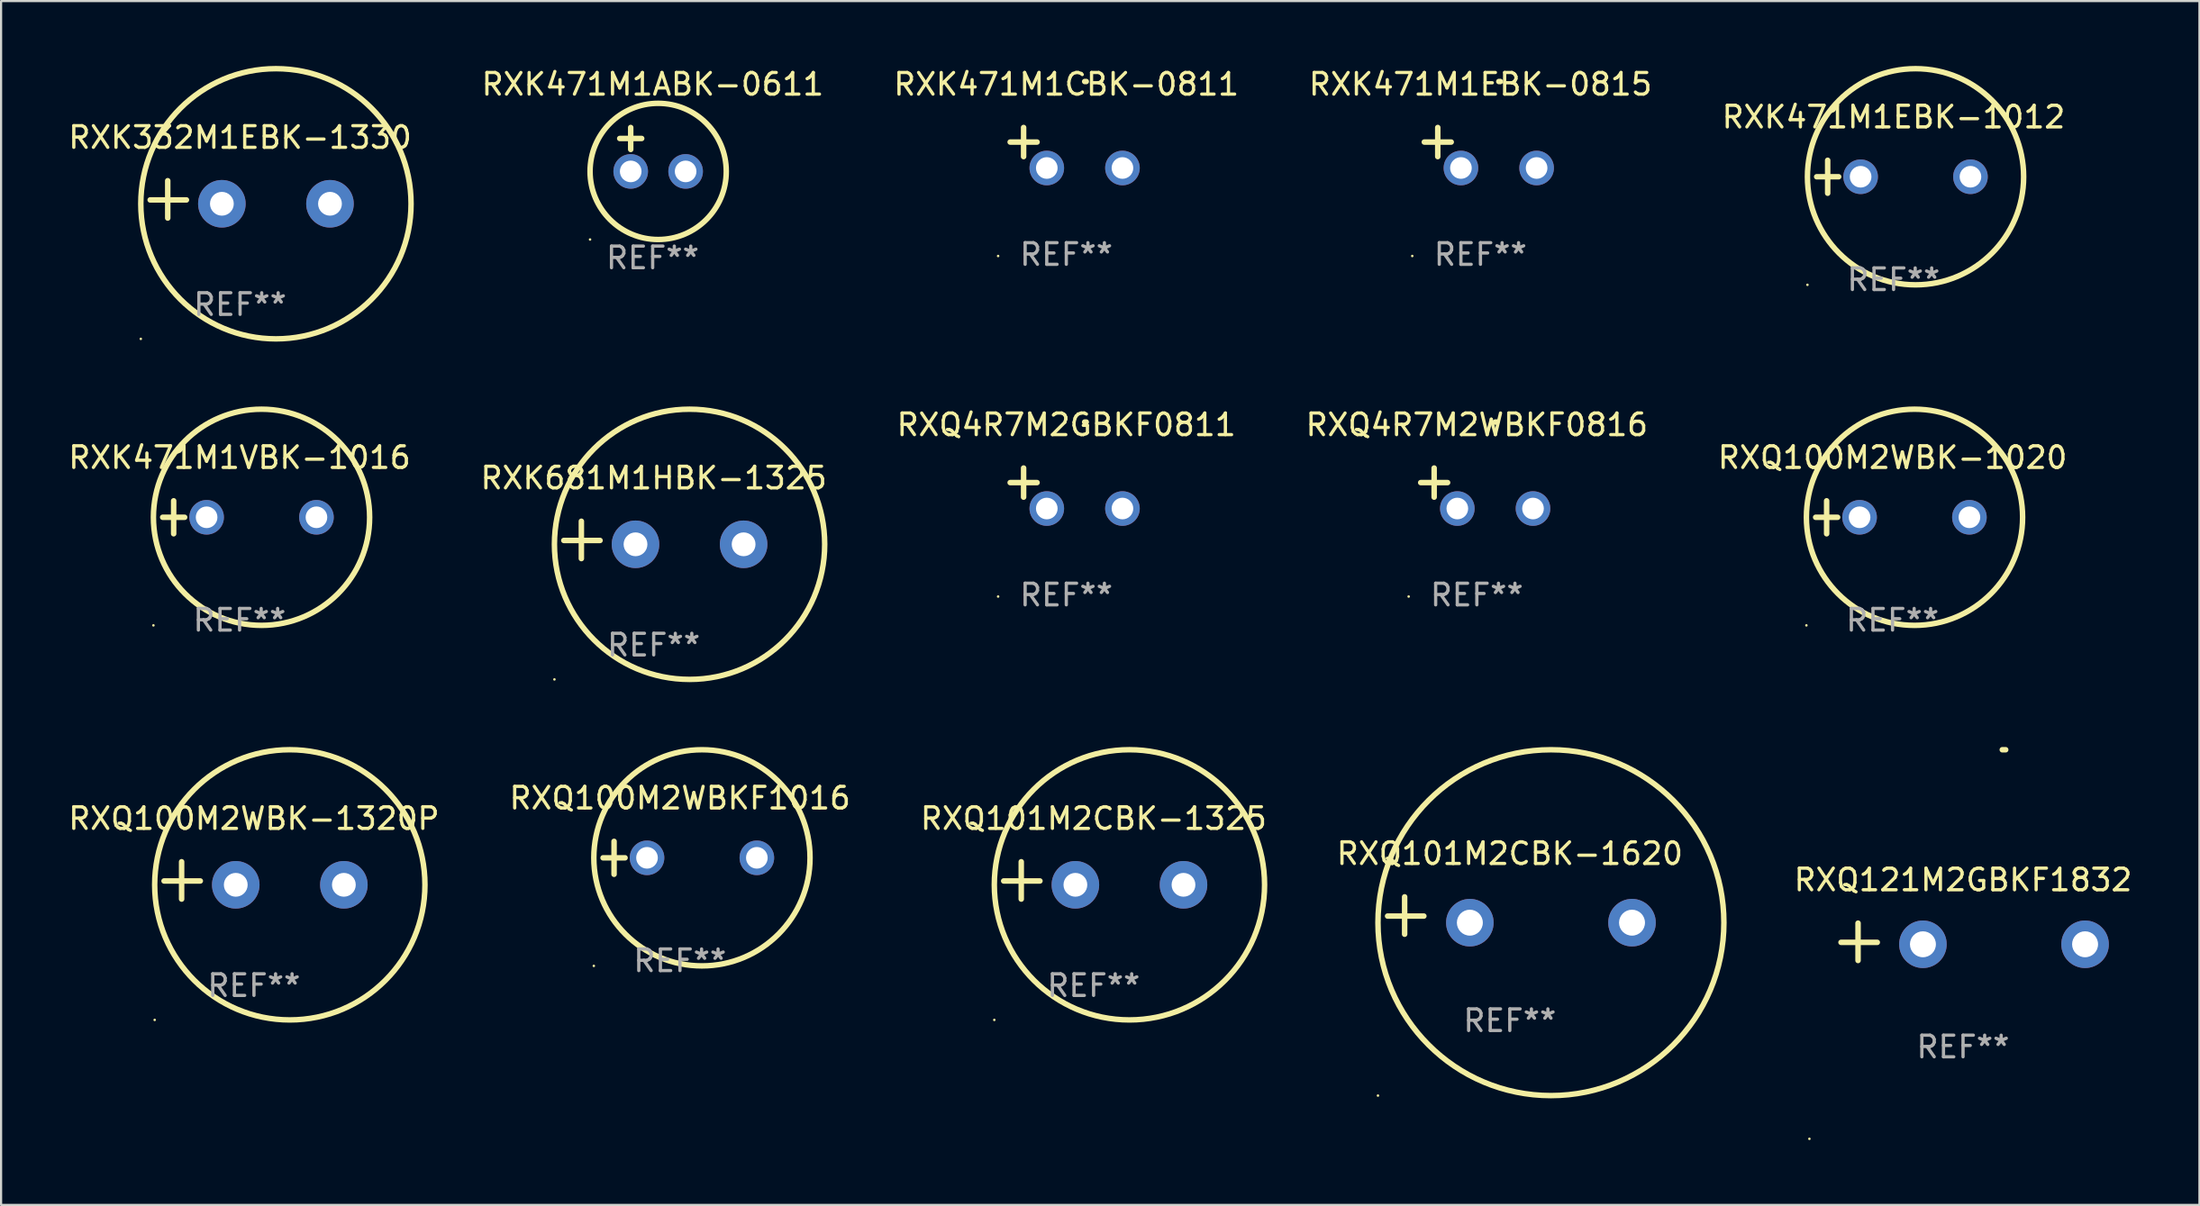
<source format=kicad_pcb>
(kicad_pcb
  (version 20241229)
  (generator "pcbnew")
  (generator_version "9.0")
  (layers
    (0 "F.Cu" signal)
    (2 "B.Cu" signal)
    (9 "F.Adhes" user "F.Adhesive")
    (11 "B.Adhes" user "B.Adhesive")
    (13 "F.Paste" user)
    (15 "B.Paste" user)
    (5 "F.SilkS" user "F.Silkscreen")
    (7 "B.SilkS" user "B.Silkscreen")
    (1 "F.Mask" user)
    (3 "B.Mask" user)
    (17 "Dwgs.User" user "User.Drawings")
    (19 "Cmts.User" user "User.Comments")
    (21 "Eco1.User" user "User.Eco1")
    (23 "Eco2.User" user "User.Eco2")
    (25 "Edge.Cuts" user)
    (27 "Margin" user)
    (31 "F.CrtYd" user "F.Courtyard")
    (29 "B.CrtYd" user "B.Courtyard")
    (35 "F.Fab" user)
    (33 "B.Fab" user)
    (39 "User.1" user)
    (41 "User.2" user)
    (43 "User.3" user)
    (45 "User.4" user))
  (footprint "RXQ4R7M2WBKF0816"
    (layer "F.Cu")
    (at 65.256 19.539)
    (property "Reference" "RXQ4R7M2WBKF0816" (at 0 -2.937 0) (layer "F.SilkS") (effects (font (size 1 1) (thickness 0.15))))
    (attr through_hole)
    (fp_line (start -1.975 0.41) (end -1.975 -0.937) (stroke (width 0.254) (type solid)) (layer "F.SilkS"))
    (fp_line (start -1.353 -0.263) (end -2.597 -0.263) (stroke (width 0.254) (type solid)) (layer "F.SilkS"))
    (fp_arc (start 0.849809 -3.063957) (mid 0.885369 -3.064114) (end 0.920929 -3.063957) (stroke (width 0.254001) (type solid)) (layer "F.SilkS"))
    (fp_circle (center -3.154 5.008) (end -3.124 5.008) (stroke (width 0.06) (type solid)) (fill no) (layer "F.SilkS"))
    (fp_text user "REF**" (at 0 4.937 0) (layer "F.Fab") (effects (font (size 1 1) (thickness 0.15))))
    (pad "1" thru_hole circle (at -0.903 0.937) (size 1.6 1.6) (drill 1) (layers "*.Cu" "*.Mask"))
    (pad "2" thru_hole circle (at 2.597 0.937) (size 1.6 1.6) (drill 1) (layers "*.Cu" "*.Mask")))
  (footprint "RXQ101M2CBK-1620"
    (layer "F.Cu")
    (at 66.78 39.305)
    (property "Reference" "RXQ101M2CBK-1620" (at 0 -2.864 0) (layer "F.SilkS") (effects (font (size 1 1) (thickness 0.15))))
    (attr through_hole)
    (fp_line (start -4.864 0.864) (end -4.864 -0.864) (stroke (width 0.254) (type solid)) (layer "F.SilkS"))
    (fp_line (start -3.975 0.025) (end -5.652 0.025) (stroke (width 0.254) (type solid)) (layer "F.SilkS"))
    (fp_circle (center -6.098 8.33) (end -6.068 8.33) (stroke (width 0.06) (type solid)) (fill no) (layer "F.SilkS"))
    (fp_circle (center 1.902 0.33) (end 9.902 0.33) (stroke (width 0.254) (type solid)) (fill no) (layer "F.SilkS"))
    (fp_text user "REF**" (at 0 4.864 0) (layer "F.Fab") (effects (font (size 1 1) (thickness 0.15))))
    (pad "1" thru_hole circle (at -1.848 0.33) (size 2.2 2.2) (drill 1.2) (layers "*.Cu" "*.Mask"))
    (pad "2" thru_hole circle (at 5.652 0.33) (size 2.2 2.2) (drill 1.2) (layers "*.Cu" "*.Mask")))
  (footprint "RXQ4R7M2GBKF0811"
    (layer "F.Cu")
    (at 46.268 19.539)
    (property "Reference" "RXQ4R7M2GBKF0811" (at 0 -2.937 0) (layer "F.SilkS") (effects (font (size 1 1) (thickness 0.15))))
    (attr through_hole)
    (fp_line (start -1.975 0.41) (end -1.975 -0.937) (stroke (width 0.254) (type solid)) (layer "F.SilkS"))
    (fp_line (start -1.353 -0.263) (end -2.597 -0.263) (stroke (width 0.254) (type solid)) (layer "F.SilkS"))
    (fp_arc (start 0.849809 -3.063957) (mid 0.885369 -3.064114) (end 0.920929 -3.063957) (stroke (width 0.254001) (type solid)) (layer "F.SilkS"))
    (fp_circle (center -3.154 5.008) (end -3.124 5.008) (stroke (width 0.06) (type solid)) (fill no) (layer "F.SilkS"))
    (fp_text user "REF**" (at 0 4.937 0) (layer "F.Fab") (effects (font (size 1 1) (thickness 0.15))))
    (pad "1" thru_hole circle (at -0.903 0.937) (size 1.6 1.6) (drill 1) (layers "*.Cu" "*.Mask"))
    (pad "2" thru_hole circle (at 2.597 0.937) (size 1.6 1.6) (drill 1) (layers "*.Cu" "*.Mask")))
  (footprint "RXQ121M2GBKF1832"
    (layer "F.Cu")
    (at 87.743 40.521)
    (property "Reference" "RXQ121M2GBKF1832" (at 0 -2.864 0) (layer "F.SilkS") (effects (font (size 1 1) (thickness 0.15))))
    (attr through_hole)
    (fp_line (start -4.856 0.864) (end -4.856 -0.864) (stroke (width 0.254) (type solid)) (layer "F.SilkS"))
    (fp_line (start -3.967 0.025) (end -5.644 0.025) (stroke (width 0.254) (type solid)) (layer "F.SilkS"))
    (fp_arc (start 1.815024 -8.885649) (mid 1.893764 -8.88599) (end 1.972504 -8.885649) (stroke (width 0.254001) (type solid)) (layer "F.SilkS"))
    (fp_circle (center -7.106 9.114) (end -7.076 9.114) (stroke (width 0.06) (type solid)) (fill no) (layer "F.SilkS"))
    (fp_text user "REF**" (at 0 4.864 0) (layer "F.Fab") (effects (font (size 1 1) (thickness 0.15))))
    (pad "1" thru_hole circle (at -1.856 0.114) (size 2.2 2.2) (drill 1.2) (layers "*.Cu" "*.Mask"))
    (pad "2" thru_hole circle (at 5.644 0.114) (size 2.2 2.2) (drill 1.2) (layers "*.Cu" "*.Mask")))
  (footprint "RXK471M1EBK-1012"
    (layer "F.Cu")
    (at 84.53 5.127)
    (property "Reference" "RXK471M1EBK-1012" (at 0 -2.762 0) (layer "F.SilkS") (effects (font (size 1 1) (thickness 0.15))))
    (attr through_hole)
    (fp_line (start -3.556 0) (end -2.54 0) (stroke (width 0.254) (type solid)) (layer "F.SilkS"))
    (fp_line (start -3.048 -0.762) (end -3.048 0.762) (stroke (width 0.254) (type solid)) (layer "F.SilkS"))
    (fp_circle (center -3.984 5) (end -3.954 5) (stroke (width 0.06) (type solid)) (fill no) (layer "F.SilkS"))
    (fp_circle (center 1.016 0) (end 6.016 0) (stroke (width 0.254) (type solid)) (fill no) (layer "F.SilkS"))
    (fp_text user "REF**" (at 0 4.762 0) (layer "F.Fab") (effects (font (size 1 1) (thickness 0.15))))
    (pad "1" thru_hole circle (at -1.524 0) (size 1.6 1.6) (drill 1) (layers "*.Cu" "*.Mask"))
    (pad "2" thru_hole circle (at 3.556 0) (size 1.6 1.6) (drill 1) (layers "*.Cu" "*.Mask")))
  (footprint "RXQ101M2CBK-1325"
    (layer "F.Cu")
    (at 47.53 37.681)
    (property "Reference" "RXQ101M2CBK-1325" (at 0 -2.864 0) (layer "F.SilkS") (effects (font (size 1 1) (thickness 0.15))))
    (attr through_hole)
    (fp_line (start -3.346 0.864) (end -3.346 -0.864) (stroke (width 0.254) (type solid)) (layer "F.SilkS"))
    (fp_line (start -2.482 0.025) (end -4.158 0.025) (stroke (width 0.254) (type solid)) (layer "F.SilkS"))
    (fp_circle (center -4.592 6.453) (end -4.562 6.453) (stroke (width 0.06) (type solid)) (fill no) (layer "F.SilkS"))
    (fp_circle (center 1.658 0.203) (end 7.908 0.203) (stroke (width 0.254) (type solid)) (fill no) (layer "F.SilkS"))
    (fp_text user "REF**" (at 0 4.864 0) (layer "F.Fab") (effects (font (size 1 1) (thickness 0.15))))
    (pad "1" thru_hole circle (at -0.842 0.203) (size 2.2 2.2) (drill 1.1) (layers "*.Cu" "*.Mask"))
    (pad "2" thru_hole circle (at 4.158 0.203) (size 2.2 2.2) (drill 1.1) (layers "*.Cu" "*.Mask")))
  (footprint "RXQ100M2WBK-1320P"
    (layer "F.Cu")
    (at 8.696 37.681)
    (property "Reference" "RXQ100M2WBK-1320P" (at 0 -2.864 0) (layer "F.SilkS") (effects (font (size 1 1) (thickness 0.15))))
    (attr through_hole)
    (fp_line (start -3.346 0.864) (end -3.346 -0.864) (stroke (width 0.254) (type solid)) (layer "F.SilkS"))
    (fp_line (start -2.482 0.025) (end -4.158 0.025) (stroke (width 0.254) (type solid)) (layer "F.SilkS"))
    (fp_circle (center -4.592 6.453) (end -4.562 6.453) (stroke (width 0.06) (type solid)) (fill no) (layer "F.SilkS"))
    (fp_circle (center 1.658 0.203) (end 7.908 0.203) (stroke (width 0.254) (type solid)) (fill no) (layer "F.SilkS"))
    (fp_text user "REF**" (at 0 4.864 0) (layer "F.Fab") (effects (font (size 1 1) (thickness 0.15))))
    (pad "1" thru_hole circle (at -0.842 0.203) (size 2.2 2.2) (drill 1.1) (layers "*.Cu" "*.Mask"))
    (pad "2" thru_hole circle (at 4.158 0.203) (size 2.2 2.2) (drill 1.1) (layers "*.Cu" "*.Mask")))
  (footprint "RXQ100M2WBKF1016"
    (layer "F.Cu")
    (at 28.399 36.635)
    (property "Reference" "RXQ100M2WBKF1016" (at 0 -2.762 0) (layer "F.SilkS") (effects (font (size 1 1) (thickness 0.15))))
    (attr through_hole)
    (fp_line (start -3.556 0) (end -2.54 0) (stroke (width 0.254) (type solid)) (layer "F.SilkS"))
    (fp_line (start -3.048 -0.762) (end -3.048 0.762) (stroke (width 0.254) (type solid)) (layer "F.SilkS"))
    (fp_circle (center -3.984 5) (end -3.954 5) (stroke (width 0.06) (type solid)) (fill no) (layer "F.SilkS"))
    (fp_circle (center 1.016 0) (end 6.016 0) (stroke (width 0.254) (type solid)) (fill no) (layer "F.SilkS"))
    (fp_text user "REF**" (at 0 4.762 0) (layer "F.Fab") (effects (font (size 1 1) (thickness 0.15))))
    (pad "1" thru_hole circle (at -1.524 0) (size 1.6 1.6) (drill 1) (layers "*.Cu" "*.Mask"))
    (pad "2" thru_hole circle (at 3.556 0) (size 1.6 1.6) (drill 1) (layers "*.Cu" "*.Mask")))
  (footprint "RXK471M1VBK-1016"
    (layer "F.Cu")
    (at 8.03 20.881)
    (property "Reference" "RXK471M1VBK-1016" (at 0 -2.762 0) (layer "F.SilkS") (effects (font (size 1 1) (thickness 0.15))))
    (attr through_hole)
    (fp_line (start -3.556 0) (end -2.54 0) (stroke (width 0.254) (type solid)) (layer "F.SilkS"))
    (fp_line (start -3.048 -0.762) (end -3.048 0.762) (stroke (width 0.254) (type solid)) (layer "F.SilkS"))
    (fp_circle (center -3.984 5) (end -3.954 5) (stroke (width 0.06) (type solid)) (fill no) (layer "F.SilkS"))
    (fp_circle (center 1.016 0) (end 6.016 0) (stroke (width 0.254) (type solid)) (fill no) (layer "F.SilkS"))
    (fp_text user "REF**" (at 0 4.762 0) (layer "F.Fab") (effects (font (size 1 1) (thickness 0.15))))
    (pad "1" thru_hole circle (at -1.524 0) (size 1.6 1.6) (drill 1) (layers "*.Cu" "*.Mask"))
    (pad "2" thru_hole circle (at 3.556 0) (size 1.6 1.6) (drill 1) (layers "*.Cu" "*.Mask")))
  (footprint "RXK681M1HBK-1325"
    (layer "F.Cu")
    (at 27.185 21.928)
    (property "Reference" "RXK681M1HBK-1325" (at 0 -2.864 0) (layer "F.SilkS") (effects (font (size 1 1) (thickness 0.15))))
    (attr through_hole)
    (fp_line (start -3.346 0.864) (end -3.346 -0.864) (stroke (width 0.254) (type solid)) (layer "F.SilkS"))
    (fp_line (start -2.482 0.025) (end -4.158 0.025) (stroke (width 0.254) (type solid)) (layer "F.SilkS"))
    (fp_circle (center -4.592 6.453) (end -4.562 6.453) (stroke (width 0.06) (type solid)) (fill no) (layer "F.SilkS"))
    (fp_circle (center 1.658 0.203) (end 7.908 0.203) (stroke (width 0.254) (type solid)) (fill no) (layer "F.SilkS"))
    (fp_text user "REF**" (at 0 4.864 0) (layer "F.Fab") (effects (font (size 1 1) (thickness 0.15))))
    (pad "1" thru_hole circle (at -0.842 0.203) (size 2.2 2.2) (drill 1.1) (layers "*.Cu" "*.Mask"))
    (pad "2" thru_hole circle (at 4.158 0.203) (size 2.2 2.2) (drill 1.1) (layers "*.Cu" "*.Mask")))
  (footprint "RXK471M1ABK-0611"
    (layer "F.Cu")
    (at 27.137 3.864)
    (property "Reference" "RXK471M1ABK-0611" (at 0 -3.016 0) (layer "F.SilkS") (effects (font (size 1 1) (thickness 0.15))))
    (attr through_hole)
    (fp_line (start -1.524 -0.508) (end -0.508 -0.508) (stroke (width 0.254) (type solid)) (layer "F.SilkS"))
    (fp_line (start -1.016 -1.016) (end -1.016 0) (stroke (width 0.254) (type solid)) (layer "F.SilkS"))
    (fp_circle (center -2.896 4.166) (end -2.866 4.166) (stroke (width 0.06) (type solid)) (fill no) (layer "F.SilkS"))
    (fp_circle (center 0.254 1.016) (end 3.404 1.016) (stroke (width 0.254) (type solid)) (fill no) (layer "F.SilkS"))
    (fp_text user "REF**" (at 0 5.016 0) (layer "F.Fab") (effects (font (size 1 1) (thickness 0.15))))
    (pad "1" thru_hole circle (at -1.016 1.016) (size 1.6 1.6) (drill 1) (layers "*.Cu" "*.Mask"))
    (pad "2" thru_hole circle (at 1.524 1.016) (size 1.6 1.6) (drill 1) (layers "*.Cu" "*.Mask")))
  (footprint "RXK332M1EBK-1330"
    (layer "F.Cu")
    (at 8.054 6.174)
    (property "Reference" "RXK332M1EBK-1330" (at 0 -2.864 0) (layer "F.SilkS") (effects (font (size 1 1) (thickness 0.15))))
    (attr through_hole)
    (fp_line (start -3.346 0.864) (end -3.346 -0.864) (stroke (width 0.254) (type solid)) (layer "F.SilkS"))
    (fp_line (start -2.482 0.025) (end -4.158 0.025) (stroke (width 0.254) (type solid)) (layer "F.SilkS"))
    (fp_circle (center -4.592 6.453) (end -4.562 6.453) (stroke (width 0.06) (type solid)) (fill no) (layer "F.SilkS"))
    (fp_circle (center 1.658 0.203) (end 7.908 0.203) (stroke (width 0.254) (type solid)) (fill no) (layer "F.SilkS"))
    (fp_text user "REF**" (at 0 4.864 0) (layer "F.Fab") (effects (font (size 1 1) (thickness 0.15))))
    (pad "1" thru_hole circle (at -0.842 0.203) (size 2.2 2.2) (drill 1.1) (layers "*.Cu" "*.Mask"))
    (pad "2" thru_hole circle (at 4.158 0.203) (size 2.2 2.2) (drill 1.1) (layers "*.Cu" "*.Mask")))
  (footprint "RXK471M1CBK-0811"
    (layer "F.Cu")
    (at 46.268 3.785)
    (property "Reference" "RXK471M1CBK-0811" (at 0 -2.937 0) (layer "F.SilkS") (effects (font (size 1 1) (thickness 0.15))))
    (attr through_hole)
    (fp_line (start -1.975 0.41) (end -1.975 -0.937) (stroke (width 0.254) (type solid)) (layer "F.SilkS"))
    (fp_line (start -1.353 -0.263) (end -2.597 -0.263) (stroke (width 0.254) (type solid)) (layer "F.SilkS"))
    (fp_arc (start 0.849809 -3.063957) (mid 0.885369 -3.064114) (end 0.920929 -3.063957) (stroke (width 0.254001) (type solid)) (layer "F.SilkS"))
    (fp_circle (center -3.154 5.008) (end -3.124 5.008) (stroke (width 0.06) (type solid)) (fill no) (layer "F.SilkS"))
    (fp_text user "REF**" (at 0 4.937 0) (layer "F.Fab") (effects (font (size 1 1) (thickness 0.15))))
    (pad "1" thru_hole circle (at -0.903 0.937) (size 1.6 1.6) (drill 1) (layers "*.Cu" "*.Mask"))
    (pad "2" thru_hole circle (at 2.597 0.937) (size 1.6 1.6) (drill 1) (layers "*.Cu" "*.Mask")))
  (footprint "RXQ100M2WBK-1020"
    (layer "F.Cu")
    (at 84.482 20.881)
    (property "Reference" "RXQ100M2WBK-1020" (at 0 -2.762 0) (layer "F.SilkS") (effects (font (size 1 1) (thickness 0.15))))
    (attr through_hole)
    (fp_line (start -3.556 0) (end -2.54 0) (stroke (width 0.254) (type solid)) (layer "F.SilkS"))
    (fp_line (start -3.048 -0.762) (end -3.048 0.762) (stroke (width 0.254) (type solid)) (layer "F.SilkS"))
    (fp_circle (center -3.984 5) (end -3.954 5) (stroke (width 0.06) (type solid)) (fill no) (layer "F.SilkS"))
    (fp_circle (center 1.016 0) (end 6.016 0) (stroke (width 0.254) (type solid)) (fill no) (layer "F.SilkS"))
    (fp_text user "REF**" (at 0 4.762 0) (layer "F.Fab") (effects (font (size 1 1) (thickness 0.15))))
    (pad "1" thru_hole circle (at -1.524 0) (size 1.6 1.6) (drill 1) (layers "*.Cu" "*.Mask"))
    (pad "2" thru_hole circle (at 3.556 0) (size 1.6 1.6) (drill 1) (layers "*.Cu" "*.Mask")))
  (footprint "RXK471M1EBK-0815"
    (layer "F.Cu")
    (at 65.423 3.785)
    (property "Reference" "RXK471M1EBK-0815" (at 0 -2.937 0) (layer "F.SilkS") (effects (font (size 1 1) (thickness 0.15))))
    (attr through_hole)
    (fp_line (start -1.975 0.41) (end -1.975 -0.937) (stroke (width 0.254) (type solid)) (layer "F.SilkS"))
    (fp_line (start -1.353 -0.263) (end -2.597 -0.263) (stroke (width 0.254) (type solid)) (layer "F.SilkS"))
    (fp_arc (start 0.849809 -3.063957) (mid 0.885369 -3.064114) (end 0.920929 -3.063957) (stroke (width 0.254001) (type solid)) (layer "F.SilkS"))
    (fp_circle (center -3.154 5.008) (end -3.124 5.008) (stroke (width 0.06) (type solid)) (fill no) (layer "F.SilkS"))
    (fp_text user "REF**" (at 0 4.937 0) (layer "F.Fab") (effects (font (size 1 1) (thickness 0.15))))
    (pad "1" thru_hole circle (at -0.903 0.937) (size 1.6 1.6) (drill 1) (layers "*.Cu" "*.Mask"))
    (pad "2" thru_hole circle (at 2.597 0.937) (size 1.6 1.6) (drill 1) (layers "*.Cu" "*.Mask")))
  (gr_rect
    (start -3 -3)
    (end 98.677 52.694)
    (stroke (width 0.1) (type default))
    (fill no)
    (layer "Edge.Cuts")))
</source>
